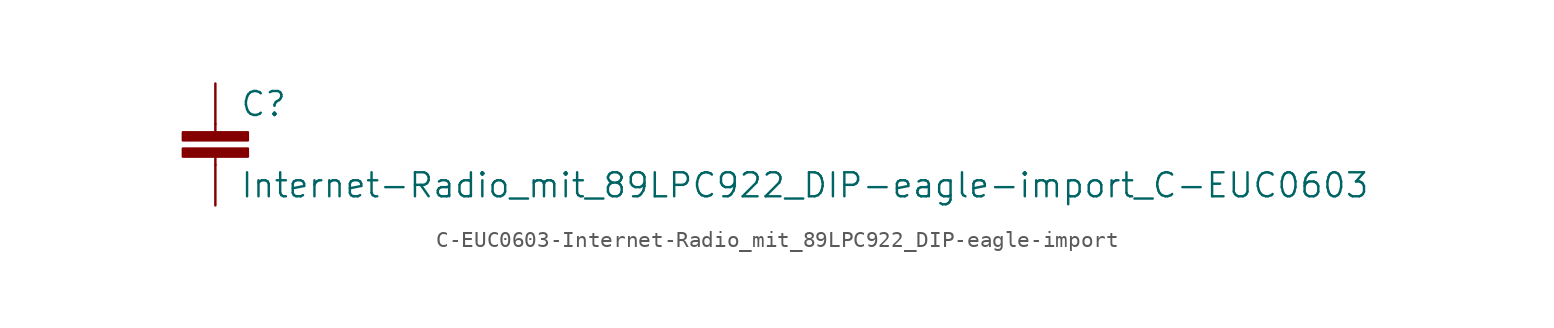
<source format=kicad_sym>
(kicad_symbol_lib
  (version 20220914)
  (generator kicad_symbol_editor)
  (symbol "C-EUC0603-Internet-Radio_mit_89LPC922_DIP-eagle-import"
    (pin_names
      (offset 1.016))
    (property "Reference" "C"
      (at 1.524 0.381 0)
      (effects (font (size 1.499 1.499)) (justify left bottom)))
    (property "Value" "Internet-Radio_mit_89LPC922_DIP-eagle-import_C-EUC0603"
      (at 1.524 -4.699 0)
      (effects (font (size 1.499 1.499)) (justify left bottom)))
    (property "ki_locked" ""
      (at 0 0 0)
      (effects (font (size 1.27 1.27))))
    (symbol "C-EUC0603-Internet-Radio_mit_89LPC922_DIP-eagle-import_1_0"
      (rectangle (start -2.032 -2.032) (end 2.032 -1.524) (stroke (width 0) (type solid)) (fill (type outline)))
      (rectangle (start -2.032 -1.016) (end 2.032 -0.508) (stroke (width 0) (type solid)) (fill (type outline)))
      (polyline (pts (xy 0 -2.54) (xy 0 -2.032)) (stroke (width 0) (type solid)) (fill (type none)))
      (polyline (pts (xy 0 0) (xy 0 -0.508)) (stroke (width 0) (type solid)) (fill (type none)))
      (pin passive line (at 0 2.54 270) (length 2.54) (name "1" (effects (font (size 0 0)))) (number "1" (effects (font (size 0 0)))))
      (pin passive line (at 0 -5.08 90) (length 2.54) (name "2" (effects (font (size 0 0)))) (number "2" (effects (font (size 0 0))))))))
</source>
